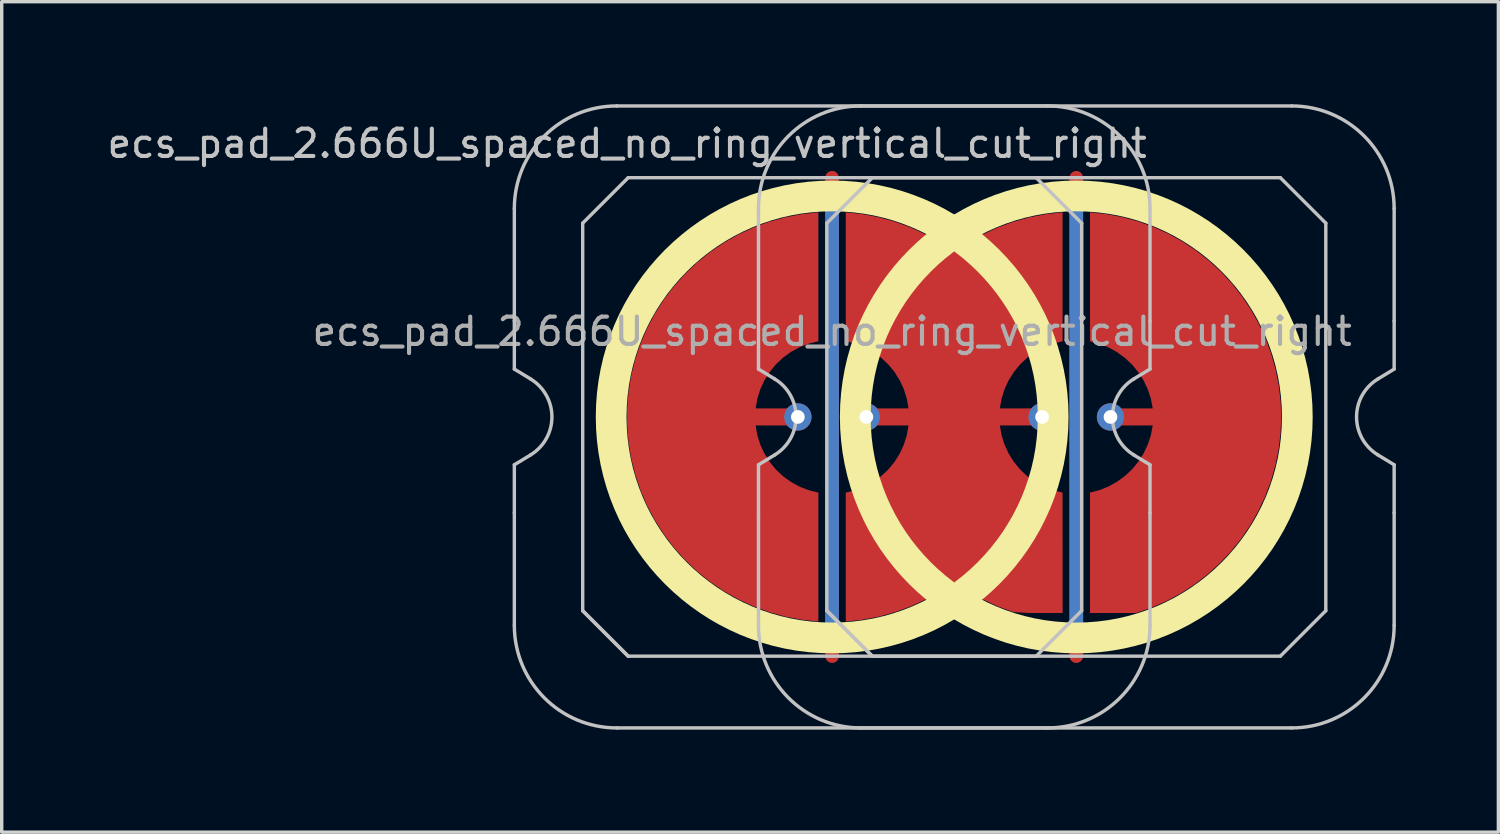
<source format=kicad_pcb>
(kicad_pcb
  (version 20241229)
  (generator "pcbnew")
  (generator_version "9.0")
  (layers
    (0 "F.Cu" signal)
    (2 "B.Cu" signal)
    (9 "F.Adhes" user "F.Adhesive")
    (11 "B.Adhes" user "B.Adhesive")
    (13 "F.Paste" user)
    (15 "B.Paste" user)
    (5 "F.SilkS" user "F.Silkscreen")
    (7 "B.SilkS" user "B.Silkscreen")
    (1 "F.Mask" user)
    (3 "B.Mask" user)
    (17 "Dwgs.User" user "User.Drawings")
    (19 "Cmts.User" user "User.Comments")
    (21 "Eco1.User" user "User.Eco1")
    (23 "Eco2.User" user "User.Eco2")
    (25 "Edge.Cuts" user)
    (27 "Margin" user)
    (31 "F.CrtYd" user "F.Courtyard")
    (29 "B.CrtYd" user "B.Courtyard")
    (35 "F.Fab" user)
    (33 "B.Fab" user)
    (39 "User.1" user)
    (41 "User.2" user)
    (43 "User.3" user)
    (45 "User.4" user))
  (footprint "ecs_pad_2.666U_spaced_no_ring_vertical_cut_right"
    (layer "F.Cu")
    (at 28.443 9.15)
    (property "Reference" "ecs_pad_2.666U_spaced_no_ring_vertical_cut_right" (at -13.143 -8 0) (layer "Dwgs.User") (effects (font (size 0.8 0.8) (thickness 0.12))))
    (attr smd)
    (fp_circle (center -7.143 0) (end -0.676 0) (stroke (width 0.9) (type solid)) (fill no) (layer "F.SilkS"))
    (fp_circle (center 0 0) (end 6.467 0) (stroke (width 0.9) (type solid)) (fill no) (layer "F.SilkS"))
    (fp_line (start -16.443 -2.805) (end -16.443 -6.1) (stroke (width 0.1) (type solid)) (layer "Dwgs.User"))
    (fp_line (start -16.443 -1.4) (end -16.443 -2.805) (stroke (width 0.1) (type solid)) (layer "Dwgs.User"))
    (fp_line (start -16.443 1.4) (end -15.967 1.111) (stroke (width 0.1) (type solid)) (layer "Dwgs.User"))
    (fp_line (start -16.443 2.805) (end -16.443 1.4) (stroke (width 0.1) (type solid)) (layer "Dwgs.User"))
    (fp_line (start -16.443 6.1) (end -16.443 2.805) (stroke (width 0.1) (type solid)) (layer "Dwgs.User"))
    (fp_line (start -15.967 -1.111) (end -16.443 -1.4) (stroke (width 0.1) (type solid)) (layer "Dwgs.User"))
    (fp_line (start -14.443 -5.67) (end -13.113 -7) (stroke (width 0.1) (type solid)) (layer "Dwgs.User"))
    (fp_line (start -14.443 5.67) (end -14.443 -5.67) (stroke (width 0.1) (type solid)) (layer "Dwgs.User"))
    (fp_line (start -14.443 5.67) (end -13.113 7) (stroke (width 0.1) (type solid)) (layer "Dwgs.User"))
    (fp_line (start -13.443 -9.1) (end -0.843 -9.1) (stroke (width 0.1) (type solid)) (layer "Dwgs.User"))
    (fp_line (start -13.113 -7) (end -1.173 -7) (stroke (width 0.1) (type solid)) (layer "Dwgs.User"))
    (fp_line (start -13.113 7) (end -14.443 5.67) (stroke (width 0.1) (type solid)) (layer "Dwgs.User"))
    (fp_line (start -9.299 -2.805) (end -9.299 -6.1) (stroke (width 0.1) (type solid)) (layer "Dwgs.User"))
    (fp_line (start -9.299 -1.4) (end -9.299 -2.805) (stroke (width 0.1) (type solid)) (layer "Dwgs.User"))
    (fp_line (start -9.299 1.4) (end -8.824 1.111) (stroke (width 0.1) (type solid)) (layer "Dwgs.User"))
    (fp_line (start -9.299 2.805) (end -9.299 1.4) (stroke (width 0.1) (type solid)) (layer "Dwgs.User"))
    (fp_line (start -9.299 6.1) (end -9.299 2.805) (stroke (width 0.1) (type solid)) (layer "Dwgs.User"))
    (fp_line (start -8.824 -1.111) (end -9.299 -1.4) (stroke (width 0.1) (type solid)) (layer "Dwgs.User"))
    (fp_line (start -7.299 -5.67) (end -5.969 -7) (stroke (width 0.1) (type solid)) (layer "Dwgs.User"))
    (fp_line (start -7.299 5.67) (end -7.299 -5.67) (stroke (width 0.1) (type solid)) (layer "Dwgs.User"))
    (fp_line (start -7.299 5.67) (end -5.969 7) (stroke (width 0.1) (type solid)) (layer "Dwgs.User"))
    (fp_line (start -6.299 -9.1) (end 6.301 -9.1) (stroke (width 0.1) (type solid)) (layer "Dwgs.User"))
    (fp_line (start -5.969 -7) (end 5.971 -7) (stroke (width 0.1) (type solid)) (layer "Dwgs.User"))
    (fp_line (start -5.969 7) (end -7.299 5.67) (stroke (width 0.1) (type solid)) (layer "Dwgs.User"))
    (fp_line (start -1.173 -7) (end 0.157 -5.67) (stroke (width 0.1) (type solid)) (layer "Dwgs.User"))
    (fp_line (start -1.173 7) (end -13.113 7) (stroke (width 0.1) (type solid)) (layer "Dwgs.User"))
    (fp_line (start -0.843 9.1) (end -13.443 9.1) (stroke (width 0.1) (type solid)) (layer "Dwgs.User"))
    (fp_line (start 0.157 -5.67) (end 0.157 5.67) (stroke (width 0.1) (type solid)) (layer "Dwgs.User"))
    (fp_line (start 0.157 5.67) (end -1.173 7) (stroke (width 0.1) (type solid)) (layer "Dwgs.User"))
    (fp_line (start 1.681 1.111) (end 2.157 1.4) (stroke (width 0.1) (type solid)) (layer "Dwgs.User"))
    (fp_line (start 2.157 -6.1) (end 2.157 -2.805) (stroke (width 0.1) (type solid)) (layer "Dwgs.User"))
    (fp_line (start 2.157 -2.805) (end 2.157 -1.4) (stroke (width 0.1) (type solid)) (layer "Dwgs.User"))
    (fp_line (start 2.157 -1.4) (end 1.681 -1.111) (stroke (width 0.1) (type solid)) (layer "Dwgs.User"))
    (fp_line (start 2.157 1.4) (end 2.157 2.805) (stroke (width 0.1) (type solid)) (layer "Dwgs.User"))
    (fp_line (start 2.157 2.805) (end 2.157 6.1) (stroke (width 0.1) (type solid)) (layer "Dwgs.User"))
    (fp_line (start 5.971 -7) (end 7.301 -5.67) (stroke (width 0.1) (type solid)) (layer "Dwgs.User"))
    (fp_line (start 5.971 7) (end -5.969 7) (stroke (width 0.1) (type solid)) (layer "Dwgs.User"))
    (fp_line (start 6.301 9.1) (end -6.299 9.1) (stroke (width 0.1) (type solid)) (layer "Dwgs.User"))
    (fp_line (start 7.301 -5.67) (end 7.301 5.67) (stroke (width 0.1) (type solid)) (layer "Dwgs.User"))
    (fp_line (start 7.301 5.67) (end 5.971 7) (stroke (width 0.1) (type solid)) (layer "Dwgs.User"))
    (fp_line (start 8.825 1.111) (end 9.301 1.4) (stroke (width 0.1) (type solid)) (layer "Dwgs.User"))
    (fp_line (start 9.301 -6.1) (end 9.301 -2.805) (stroke (width 0.1) (type solid)) (layer "Dwgs.User"))
    (fp_line (start 9.301 -2.805) (end 9.301 -1.4) (stroke (width 0.1) (type solid)) (layer "Dwgs.User"))
    (fp_line (start 9.301 -1.4) (end 8.825 -1.111) (stroke (width 0.1) (type solid)) (layer "Dwgs.User"))
    (fp_line (start 9.301 1.4) (end 9.301 2.805) (stroke (width 0.1) (type solid)) (layer "Dwgs.User"))
    (fp_line (start 9.301 2.805) (end 9.301 6.1) (stroke (width 0.1) (type solid)) (layer "Dwgs.User"))
    (fp_arc (start -16.442954 -6.1) (mid -15.564274 -8.22132) (end -13.442954 -9.1) (stroke (width 0.1) (type solid)) (layer "Dwgs.User"))
    (fp_arc (start -15.967287 -1.110619) (mid -15.342954 0) (end -15.967287 1.110619) (stroke (width 0.1) (type solid)) (layer "Dwgs.User"))
    (fp_arc (start -13.442954 9.1) (mid -15.564274 8.22132) (end -16.442954 6.1) (stroke (width 0.1) (type solid)) (layer "Dwgs.User"))
    (fp_arc (start -9.299204 -6.1) (mid -8.420524 -8.22132) (end -6.299204 -9.1) (stroke (width 0.1) (type solid)) (layer "Dwgs.User"))
    (fp_arc (start -8.823537 -1.110619) (mid -8.199204 0) (end -8.823537 1.110619) (stroke (width 0.1) (type solid)) (layer "Dwgs.User"))
    (fp_arc (start -6.299204 9.1) (mid -8.420524 8.22132) (end -9.299204 6.1) (stroke (width 0.1) (type solid)) (layer "Dwgs.User"))
    (fp_arc (start -0.842954 -9.1) (mid 1.278366 -8.22132) (end 2.157046 -6.1) (stroke (width 0.1) (type solid)) (layer "Dwgs.User"))
    (fp_arc (start 1.681379 1.110619) (mid 1.057046 0) (end 1.681379 -1.110619) (stroke (width 0.1) (type solid)) (layer "Dwgs.User"))
    (fp_arc (start 2.157046 6.1) (mid 1.278366 8.22132) (end -0.842954 9.1) (stroke (width 0.1) (type solid)) (layer "Dwgs.User"))
    (fp_arc (start 6.300796 -9.1) (mid 8.422116 -8.22132) (end 9.300796 -6.1) (stroke (width 0.1) (type solid)) (layer "Dwgs.User"))
    (fp_arc (start 8.825129 1.110619) (mid 8.200796 0) (end 8.825129 -1.110619) (stroke (width 0.1) (type solid)) (layer "Dwgs.User"))
    (fp_arc (start 9.300796 6.1) (mid 8.422116 8.22132) (end 6.300796 9.1) (stroke (width 0.1) (type solid)) (layer "Dwgs.User"))
    (fp_text user "${REFERENCE}" (at -7.143 -2.5 0) (layer "F.Fab") (effects (font (size 0.8 0.8) (thickness 0.12))))
    (pad "1" smd custom (at -8.147 0) (size 0.4 0.4) (layers "F.Cu") (options (anchor circle)) (primitives (gr_poly (pts (xy 0.6 -2.214) (xy 0.32 -2.145) (xy 0.052 -2.041) (xy -0.201 -1.903) (xy -0.434 -1.734) (xy -0.644 -1.536) (xy -0.826 -1.314) (xy -0.979 -1.07) (xy -1.1 -0.808) (xy -1.186 -0.534) (xy -1.236 -0.25) (xy 0 -0.25) (xy 0.096 -0.231) (xy 0.177 -0.177) (xy 0.231 -0.096) (xy 0.25 0) (xy 0.231 0.096) (xy 0.177 0.177) (xy 0.096 0.231) (xy 0 0.25) (xy -1.236 0.25) (xy -1.186 0.534) (xy -1.1 0.808) (xy -0.979 1.07) (xy -0.826 1.314) (xy -0.644 1.536) (xy -0.434 1.734) (xy -0.201 1.903) (xy 0.052 2.041) (xy 0.32 2.145) (xy 0.6 2.214) (xy 0.6 5.987) (xy 0.115 5.934) (xy -0.364 5.843) (xy -0.834 5.713) (xy -1.292 5.545) (xy -1.735 5.341) (xy -2.159 5.101) (xy -2.563 4.827) (xy -2.943 4.522) (xy -3.298 4.187) (xy -3.623 3.824) (xy -3.919 3.436) (xy -4.182 3.025) (xy -4.41 2.594) (xy -4.603 2.147) (xy -4.759 1.684) (xy -4.876 1.211) (xy -4.955 0.73) (xy -4.995 0.244) (xy -4.995 -0.244) (xy -4.955 -0.73) (xy -4.876 -1.211) (xy -4.759 -1.684) (xy -4.603 -2.147) (xy -4.41 -2.594) (xy -4.182 -3.025) (xy -3.919 -3.436) (xy -3.623 -3.824) (xy -3.298 -4.187) (xy -2.943 -4.522) (xy -2.563 -4.827) (xy -2.159 -5.101) (xy -1.735 -5.341) (xy -1.292 -5.545) (xy -0.834 -5.713) (xy -0.364 -5.843) (xy 0.115 -5.934) (xy 0.6 -5.987)) (width 0) (fill yes))))
    (pad "1" thru_hole circle (at -8.147 0 180) (size 0.8 0.8) (drill 0.4) (layers "*.Cu"))
    (pad "2" thru_hole circle (at -6.143 0) (size 0.8 0.8) (drill 0.4) (layers "*.Cu"))
    (pad "2" smd custom (at -1.001 0) (size 0.282 0.282) (layers "F.Cu") (options (anchor circle)) (primitives (gr_poly (pts (xy 0.602 5.736) (xy 0.6 2.214) (xy 0.32 2.145) (xy 0.052 2.041) (xy -0.201 1.903) (xy -0.434 1.734) (xy -0.644 1.536) (xy -0.826 1.314) (xy -0.979 1.07) (xy -1.1 0.808) (xy -1.186 0.534) (xy -1.236 0.25) (xy 0 0.25) (xy 0.096 0.231) (xy 0.177 0.177) (xy 0.231 0.096) (xy 0.25 0) (xy 0.231 -0.096) (xy 0.177 -0.177) (xy 0.096 -0.231) (xy 0 -0.25) (xy -1.236 -0.25) (xy -1.186 -0.534) (xy -1.1 -0.808) (xy -0.979 -1.07) (xy -0.826 -1.314) (xy -0.644 -1.536) (xy -0.434 -1.734) (xy -0.201 -1.903) (xy 0.052 -2.041) (xy 0.32 -2.145) (xy 0.6 -2.214) (xy 0.6 -5.987) (xy 0.114 -5.934) (xy -0.367 -5.842) (xy -0.838 -5.711) (xy -1.298 -5.543) (xy -1.742 -5.337) (xy -2.167 -5.096) (xy -2.572 -4.821) (xy -2.977 -5.096) (xy -3.402 -5.337) (xy -3.846 -5.543) (xy -4.305 -5.711) (xy -4.777 -5.842) (xy -5.257 -5.934) (xy -5.744 -5.987) (xy -5.744 -2.214) (xy -5.464 -2.145) (xy -5.196 -2.041) (xy -4.943 -1.903) (xy -4.71 -1.734) (xy -4.5 -1.537) (xy -4.317 -1.314) (xy -4.164 -1.07) (xy -4.044 -0.808) (xy -3.958 -0.534) (xy -3.908 -0.25) (xy -5.144 -0.25) (xy -5.239 -0.231) (xy -5.32 -0.177) (xy -5.375 -0.096) (xy -5.394 0) (xy -5.375 0.096) (xy -5.32 0.177) (xy -5.239 0.231) (xy -5.144 0.25) (xy -3.908 0.25) (xy -3.958 0.534) (xy -4.044 0.808) (xy -4.164 1.07) (xy -4.317 1.314) (xy -4.5 1.537) (xy -4.71 1.734) (xy -4.943 1.903) (xy -5.196 2.041) (xy -5.464 2.145) (xy -5.744 2.214) (xy -5.744 5.987) (xy -5.257 5.934) (xy -4.777 5.842) (xy -4.305 5.711) (xy -3.846 5.543) (xy -3.402 5.337) (xy -2.977 5.096) (xy -2.572 4.821) (xy -2.167 5.096) (xy -1.741 5.337) (xy -1.298 5.543) (xy -0.838 5.711) (xy -0.367 5.736) (xy 0.114 5.736)) (width 0) (fill yes))))
    (pad "2" thru_hole circle (at -1.001 0 180) (size 0.8 0.8) (drill 0.4) (layers "*.Cu"))
    (pad "3" smd custom (at 1.001 0 180) (size 0.142 0.142) (layers "F.Cu") (options (anchor circle)) (primitives (gr_poly (pts (xy 0.323 -2.141) (xy 0.056 -2.034) (xy -0.194 -1.894) (xy -0.426 -1.725) (xy -0.635 -1.528) (xy -0.817 -1.307) (xy -0.971 -1.064) (xy -1.093 -0.805) (xy -1.182 -0.532) (xy -1.236 -0.25) (xy 0 -0.25) (xy 0.096 -0.231) (xy 0.177 -0.177) (xy 0.231 -0.096) (xy 0.25 0) (xy 0.231 0.096) (xy 0.177 0.177) (xy 0.096 0.231) (xy 0 0.25) (xy -1.236 0.25) (xy -1.182 0.532) (xy -1.093 0.805) (xy -0.971 1.064) (xy -0.817 1.307) (xy -0.635 1.528) (xy -0.426 1.725) (xy -0.194 1.894) (xy 0.056 2.034) (xy 0.323 2.141) (xy 0.6 2.214) (xy 0.6 5.986) (xy 0.127 5.935) (xy -0.341 5.847) (xy -0.8 5.722) (xy -1.248 5.561) (xy -1.681 5.365) (xy -2.098 5.135) (xy -2.495 4.873) (xy -2.87 4.581) (xy -3.221 4.259) (xy -3.545 3.911) (xy -3.841 3.538) (xy -4.106 3.143) (xy -4.339 2.728) (xy -4.538 2.296) (xy -4.703 1.849) (xy -4.831 1.391) (xy -4.923 0.924) (xy -4.978 0.452) (xy -4.995 -0.024) (xy -4.974 -0.499) (xy -4.916 -0.971) (xy -4.82 -1.437) (xy -4.688 -1.895) (xy -4.52 -2.34) (xy -4.317 -2.77) (xy -4.081 -3.183) (xy -3.813 -3.576) (xy -3.514 -3.947) (xy -3.187 -4.292) (xy -2.834 -4.611) (xy -2.456 -4.901) (xy -2.057 -5.16) (xy -1.639 -5.386) (xy -1.203 -5.579) (xy -0.754 -5.736) (xy 0.6 -5.736) (xy 0.6 -2.214)) (width 0) (fill yes))))
    (pad "3" thru_hole circle (at 1.001 0 180) (size 0.8 0.8) (drill 0.4) (layers "*.Cu"))
    (pad "4" smd custom (at -7.146 0 180) (size 0.4 0.4) (layers "F.Cu") (options (anchor rect)) (primitives (gr_line (start 0 -7) (end 0 7) (width 0.4))))
    (pad "4" smd custom (at -7.146 0) (size 0.4 0.4) (layers "B.Cu") (options (anchor rect)) (primitives (gr_line (start 0 -6.5) (end 0 6.5) (width 0.4))))
    (pad "4" smd custom (at 0 0 180) (size 0.4 0.4) (layers "F.Cu") (options (anchor rect)) (primitives (gr_line (start 0 -7) (end 0 7) (width 0.4))))
    (pad "4" smd custom (at 0 0) (size 0.4 0.4) (layers "B.Cu") (options (anchor rect)) (primitives (gr_line (start 0 -6.5) (end 0 6.5) (width 0.4))))
    (zone (net_name "") (layer "F.Cu") (hatch edge 0.508) (connect_pads) (min_thickness 0.254) (filled_areas_thickness no) (keepout (tracks allowed) (vias allowed) (pads allowed) (copperpour not_allowed) (footprints allowed)) (placement (enabled no)) (fill) (polygon (pts (xy 28.305 9.15) (xy 28.286 8.637) (xy 28.23 8.127) (xy 28.136 7.622) (xy 28.006 7.125) (xy 27.84 6.64) (xy 27.638 6.167) (xy 27.403 5.711) (xy 27.135 5.274) (xy 26.835 4.857) (xy 26.506 4.463) (xy 26.148 4.094) (xy 25.765 3.753) (xy 25.358 3.44) (xy 24.929 3.158) (xy 24.48 2.909) (xy 24.015 2.692) (xy 23.534 2.511) (xy 23.042 2.365) (xy 22.54 2.256) (xy 22.032 2.183) (xy 21.52 2.149) (xy 21.007 2.151) (xy 20.495 2.192) (xy 19.987 2.269) (xy 19.487 2.384) (xy 18.996 2.535) (xy 18.518 2.721) (xy 18.055 2.942) (xy 17.609 3.197) (xy 17.183 3.483) (xy 16.779 3.8) (xy 16.399 4.145) (xy 16.046 4.518) (xy 15.72 4.915) (xy 15.425 5.335) (xy 15.162 5.775) (xy 14.931 6.234) (xy 14.734 6.708) (xy 14.573 7.196) (xy 14.448 7.694) (xy 14.36 8.199) (xy 14.309 8.71) (xy 14.295 9.223) (xy 14.32 9.736) (xy 14.381 10.246) (xy 14.48 10.75) (xy 14.616 11.245) (xy 14.787 11.729) (xy 14.993 12.199) (xy 15.234 12.652) (xy 15.506 13.087) (xy 15.81 13.501) (xy 16.144 13.891) (xy 16.505 14.256) (xy 16.892 14.594) (xy 17.302 14.902) (xy 17.734 15.179) (xy 18.185 15.424) (xy 18.653 15.636) (xy 19.135 15.812) (xy 19.629 15.953) (xy 20.132 16.057) (xy 20.641 16.124) (xy 21.153 16.153) (xy 21.667 16.145) (xy 22.178 16.1) (xy 22.685 16.017) (xy 23.184 15.897) (xy 23.673 15.741) (xy 24.149 15.549) (xy 24.61 15.323) (xy 25.053 15.064) (xy 25.477 14.774) (xy 25.877 14.453) (xy 26.253 14.103) (xy 26.603 13.727) (xy 26.924 13.326) (xy 27.214 12.903) (xy 27.473 12.46) (xy 27.699 11.999) (xy 27.891 11.523) (xy 28.047 11.034) (xy 28.167 10.535) (xy 28.25 10.028) (xy 28.295 9.517))))
    (zone (net_name "") (layer "F.Cu") (hatch edge 0.508) (connect_pads) (min_thickness 0.254) (filled_areas_thickness no) (keepout (tracks allowed) (vias allowed) (pads allowed) (copperpour not_allowed) (footprints allowed)) (placement (enabled no)) (fill) (polygon (pts (xy 35.448 9.15) (xy 35.429 8.637) (xy 35.373 8.127) (xy 35.279 7.622) (xy 35.149 7.125) (xy 34.983 6.64) (xy 34.781 6.167) (xy 34.546 5.711) (xy 34.277 5.274) (xy 33.978 4.857) (xy 33.649 4.463) (xy 33.291 4.094) (xy 32.908 3.753) (xy 32.501 3.44) (xy 32.072 3.158) (xy 31.623 2.909) (xy 31.157 2.692) (xy 30.677 2.511) (xy 30.185 2.365) (xy 29.683 2.256) (xy 29.175 2.183) (xy 28.663 2.149) (xy 28.15 2.151) (xy 27.638 2.192) (xy 27.13 2.269) (xy 26.63 2.384) (xy 26.139 2.535) (xy 25.661 2.721) (xy 25.198 2.942) (xy 24.752 3.197) (xy 24.326 3.483) (xy 23.922 3.8) (xy 23.542 4.145) (xy 23.189 4.518) (xy 22.863 4.915) (xy 22.568 5.335) (xy 22.305 5.775) (xy 22.074 6.234) (xy 21.877 6.708) (xy 21.716 7.196) (xy 21.591 7.694) (xy 21.503 8.199) (xy 21.452 8.71) (xy 21.438 9.223) (xy 21.463 9.736) (xy 21.524 10.246) (xy 21.623 10.75) (xy 21.759 11.245) (xy 21.93 11.729) (xy 22.136 12.199) (xy 22.377 12.652) (xy 22.649 13.087) (xy 22.953 13.501) (xy 23.287 13.891) (xy 23.648 14.256) (xy 24.035 14.594) (xy 24.445 14.902) (xy 24.877 15.179) (xy 25.328 15.424) (xy 25.796 15.636) (xy 26.278 15.812) (xy 26.772 15.953) (xy 27.275 16.057) (xy 27.784 16.124) (xy 28.296 16.153) (xy 28.81 16.145) (xy 29.321 16.1) (xy 29.828 16.017) (xy 30.327 15.897) (xy 30.816 15.741) (xy 31.292 15.549) (xy 31.753 15.323) (xy 32.196 15.064) (xy 32.619 14.774) (xy 33.02 14.453) (xy 33.396 14.103) (xy 33.746 13.727) (xy 34.067 13.326) (xy 34.357 12.903) (xy 34.616 12.46) (xy 34.842 11.999) (xy 35.034 11.523) (xy 35.19 11.034) (xy 35.31 10.535) (xy 35.393 10.028) (xy 35.438 9.517))))
    (zone (net_name "") (layer "B.Cu") (hatch edge 0.508) (connect_pads) (min_thickness 0.254) (filled_areas_thickness no) (keepout (tracks allowed) (vias allowed) (pads allowed) (copperpour not_allowed) (footprints allowed)) (placement (enabled no)) (fill) (polygon (pts (xy 27.858 9.15) (xy 27.838 8.635) (xy 27.778 8.124) (xy 27.677 7.619) (xy 27.537 7.123) (xy 27.359 6.64) (xy 27.143 6.173) (xy 26.892 5.723) (xy 26.606 5.295) (xy 26.287 4.891) (xy 25.937 4.513) (xy 25.559 4.163) (xy 25.155 3.844) (xy 24.727 3.558) (xy 24.277 3.307) (xy 23.81 3.091) (xy 23.327 2.913) (xy 22.831 2.773) (xy 22.326 2.672) (xy 21.815 2.612) (xy 21.3 2.592) (xy 20.785 2.612) (xy 20.274 2.672) (xy 19.769 2.773) (xy 19.273 2.913) (xy 18.79 3.091) (xy 18.323 3.307) (xy 17.873 3.558) (xy 17.445 3.844) (xy 17.041 4.163) (xy 16.663 4.513) (xy 16.313 4.891) (xy 15.994 5.295) (xy 15.708 5.723) (xy 15.457 6.173) (xy 15.241 6.64) (xy 15.063 7.123) (xy 14.923 7.619) (xy 14.822 8.124) (xy 14.762 8.635) (xy 14.742 9.15) (xy 14.762 9.665) (xy 14.822 10.176) (xy 14.923 10.681) (xy 15.063 11.177) (xy 15.241 11.66) (xy 15.457 12.127) (xy 15.708 12.577) (xy 15.994 13.005) (xy 16.313 13.409) (xy 16.663 13.787) (xy 17.041 14.137) (xy 17.445 14.456) (xy 17.873 14.742) (xy 18.323 14.993) (xy 18.79 15.209) (xy 19.273 15.387) (xy 19.769 15.527) (xy 20.274 15.628) (xy 20.785 15.688) (xy 21.3 15.708) (xy 21.815 15.688) (xy 22.326 15.628) (xy 22.831 15.527) (xy 23.327 15.387) (xy 23.81 15.209) (xy 24.277 14.993) (xy 24.727 14.742) (xy 25.155 14.456) (xy 25.559 14.137) (xy 25.937 13.787) (xy 26.287 13.409) (xy 26.606 13.005) (xy 26.892 12.577) (xy 27.143 12.127) (xy 27.359 11.66) (xy 27.537 11.177) (xy 27.677 10.681) (xy 27.778 10.176) (xy 27.838 9.665))))
    (zone (net_name "") (layer "B.Cu") (hatch edge 0.508) (connect_pads) (min_thickness 0.254) (filled_areas_thickness no) (keepout (tracks allowed) (vias allowed) (pads allowed) (copperpour not_allowed) (footprints allowed)) (placement (enabled no)) (fill) (polygon (pts (xy 35.001 9.15) (xy 34.981 8.635) (xy 34.92 8.124) (xy 34.82 7.619) (xy 34.68 7.123) (xy 34.502 6.64) (xy 34.286 6.173) (xy 34.035 5.723) (xy 33.749 5.295) (xy 33.43 4.891) (xy 33.08 4.513) (xy 32.702 4.163) (xy 32.298 3.844) (xy 31.87 3.558) (xy 31.42 3.307) (xy 30.953 3.091) (xy 30.47 2.913) (xy 29.974 2.773) (xy 29.469 2.672) (xy 28.958 2.612) (xy 28.443 2.592) (xy 27.928 2.612) (xy 27.417 2.672) (xy 26.912 2.773) (xy 26.416 2.913) (xy 25.933 3.091) (xy 25.466 3.307) (xy 25.016 3.558) (xy 24.588 3.844) (xy 24.184 4.163) (xy 23.806 4.513) (xy 23.456 4.891) (xy 23.137 5.295) (xy 22.851 5.723) (xy 22.6 6.173) (xy 22.384 6.64) (xy 22.206 7.123) (xy 22.066 7.619) (xy 21.965 8.124) (xy 21.905 8.635) (xy 21.885 9.15) (xy 21.905 9.665) (xy 21.965 10.176) (xy 22.066 10.681) (xy 22.206 11.177) (xy 22.384 11.66) (xy 22.6 12.127) (xy 22.851 12.577) (xy 23.137 13.005) (xy 23.456 13.409) (xy 23.806 13.787) (xy 24.184 14.137) (xy 24.588 14.456) (xy 25.016 14.742) (xy 25.466 14.993) (xy 25.933 15.209) (xy 26.416 15.387) (xy 26.912 15.527) (xy 27.417 15.628) (xy 27.928 15.688) (xy 28.443 15.708) (xy 28.958 15.688) (xy 29.469 15.628) (xy 29.974 15.527) (xy 30.47 15.387) (xy 30.953 15.209) (xy 31.42 14.993) (xy 31.87 14.742) (xy 32.298 14.456) (xy 32.702 14.137) (xy 33.08 13.787) (xy 33.43 13.409) (xy 33.749 13.005) (xy 34.035 12.577) (xy 34.286 12.127) (xy 34.502 11.66) (xy 34.68 11.177) (xy 34.82 10.681) (xy 34.92 10.176) (xy 34.981 9.665)))))
  (gr_rect
    (start -3 -3)
    (end 40.794 21.3)
    (stroke (width 0.1) (type default))
    (fill no)
    (layer "Edge.Cuts")))
</source>
